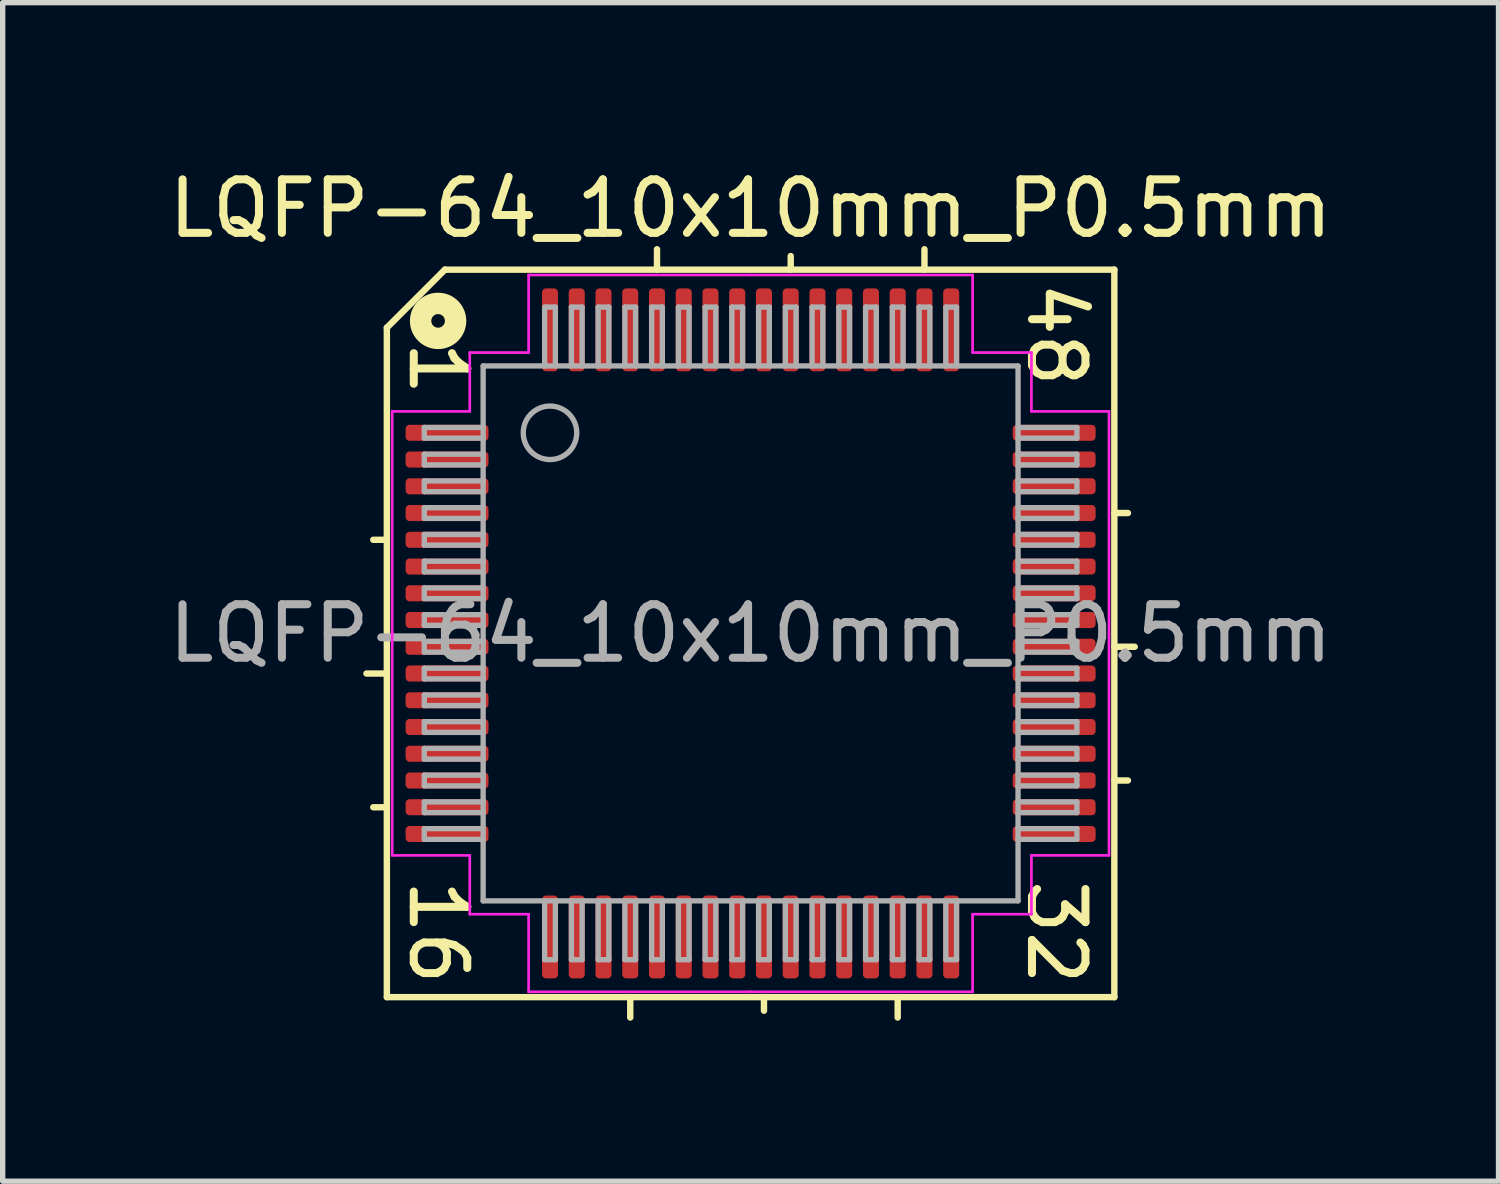
<source format=kicad_pcb>
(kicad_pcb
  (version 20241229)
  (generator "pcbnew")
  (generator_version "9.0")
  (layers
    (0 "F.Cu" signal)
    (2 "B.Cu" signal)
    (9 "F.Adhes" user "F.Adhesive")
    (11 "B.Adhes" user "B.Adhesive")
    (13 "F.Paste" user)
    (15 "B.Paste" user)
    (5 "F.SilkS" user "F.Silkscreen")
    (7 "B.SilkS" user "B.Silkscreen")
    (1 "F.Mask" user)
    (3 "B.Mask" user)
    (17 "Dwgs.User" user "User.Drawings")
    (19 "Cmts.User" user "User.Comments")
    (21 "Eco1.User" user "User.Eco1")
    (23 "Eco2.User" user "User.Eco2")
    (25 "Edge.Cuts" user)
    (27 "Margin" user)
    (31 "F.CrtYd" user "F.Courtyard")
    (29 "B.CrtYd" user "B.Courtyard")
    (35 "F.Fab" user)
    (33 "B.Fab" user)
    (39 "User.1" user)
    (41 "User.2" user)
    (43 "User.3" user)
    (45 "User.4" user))
  (footprint "LQFP-64_10x10mm_P0.5mm"
    (layer "F.Cu")
    (at 10.982 8.791)
    (property "Reference" "LQFP-64_10x10mm_P0.5mm" (at 0 -7.943 0) (layer "F.SilkS") (effects (font (size 1 1) (thickness 0.15))))
    (attr smd)
    (fp_line (start -6.8 -5.715) (end -6.8 6.8) (stroke (width 0.12) (type solid)) (layer "F.SilkS"))
    (fp_line (start -6.8 -1.75) (end -7.054 -1.75) (stroke (width 0.12) (type solid)) (layer "F.SilkS"))
    (fp_line (start -6.8 0.75) (end -7.181 0.75) (stroke (width 0.12) (type solid)) (layer "F.SilkS"))
    (fp_line (start -6.8 3.25) (end -7.054 3.25) (stroke (width 0.12) (type solid)) (layer "F.SilkS"))
    (fp_line (start -6.8 6.8) (end 6.8 6.8) (stroke (width 0.12) (type solid)) (layer "F.SilkS"))
    (fp_line (start -5.715 -6.8) (end -6.8 -5.715) (stroke (width 0.12) (type solid)) (layer "F.SilkS"))
    (fp_line (start -2.25 6.8) (end -2.25 7.181) (stroke (width 0.12) (type solid)) (layer "F.SilkS"))
    (fp_line (start -1.75 -6.8) (end -1.75 -7.181) (stroke (width 0.12) (type solid)) (layer "F.SilkS"))
    (fp_line (start 0.25 6.8) (end 0.25 7.054) (stroke (width 0.12) (type solid)) (layer "F.SilkS"))
    (fp_line (start 0.75 -6.8) (end 0.75 -7.054) (stroke (width 0.12) (type solid)) (layer "F.SilkS"))
    (fp_line (start 2.75 7.181) (end 2.75 6.8) (stroke (width 0.12) (type solid)) (layer "F.SilkS"))
    (fp_line (start 3.25 -6.8) (end 3.25 -7.181) (stroke (width 0.12) (type solid)) (layer "F.SilkS"))
    (fp_line (start 6.8 -6.8) (end -5.715 -6.8) (stroke (width 0.12) (type solid)) (layer "F.SilkS"))
    (fp_line (start 6.8 -2.25) (end 7.054 -2.25) (stroke (width 0.12) (type solid)) (layer "F.SilkS"))
    (fp_line (start 6.8 0.25) (end 7.181 0.25) (stroke (width 0.12) (type solid)) (layer "F.SilkS"))
    (fp_line (start 6.8 2.75) (end 7.054 2.75) (stroke (width 0.12) (type solid)) (layer "F.SilkS"))
    (fp_line (start 6.8 6.8) (end 6.8 -6.8) (stroke (width 0.12) (type solid)) (layer "F.SilkS"))
    (fp_circle (center -5.842 -5.842) (end -5.715 -5.842) (stroke (width 0.4) (type solid)) (fill no) (layer "F.SilkS"))
    (fp_line (start -6.7 -4.15) (end -6.7 0) (stroke (width 0.05) (type solid)) (layer "F.CrtYd"))
    (fp_line (start -6.7 4.15) (end -6.7 0) (stroke (width 0.05) (type solid)) (layer "F.CrtYd"))
    (fp_line (start -5.25 -5.25) (end -5.25 -4.15) (stroke (width 0.05) (type solid)) (layer "F.CrtYd"))
    (fp_line (start -5.25 -4.15) (end -6.7 -4.15) (stroke (width 0.05) (type solid)) (layer "F.CrtYd"))
    (fp_line (start -5.25 4.15) (end -6.7 4.15) (stroke (width 0.05) (type solid)) (layer "F.CrtYd"))
    (fp_line (start -5.25 5.25) (end -5.25 4.15) (stroke (width 0.05) (type solid)) (layer "F.CrtYd"))
    (fp_line (start -4.15 -6.7) (end -4.15 -5.25) (stroke (width 0.05) (type solid)) (layer "F.CrtYd"))
    (fp_line (start -4.15 -5.25) (end -5.25 -5.25) (stroke (width 0.05) (type solid)) (layer "F.CrtYd"))
    (fp_line (start -4.15 5.25) (end -5.25 5.25) (stroke (width 0.05) (type solid)) (layer "F.CrtYd"))
    (fp_line (start -4.15 6.7) (end -4.15 5.25) (stroke (width 0.05) (type solid)) (layer "F.CrtYd"))
    (fp_line (start 0 -6.7) (end -4.15 -6.7) (stroke (width 0.05) (type solid)) (layer "F.CrtYd"))
    (fp_line (start 0 -6.7) (end 4.15 -6.7) (stroke (width 0.05) (type solid)) (layer "F.CrtYd"))
    (fp_line (start 0 6.7) (end -4.15 6.7) (stroke (width 0.05) (type solid)) (layer "F.CrtYd"))
    (fp_line (start 0 6.7) (end 4.15 6.7) (stroke (width 0.05) (type solid)) (layer "F.CrtYd"))
    (fp_line (start 4.15 -6.7) (end 4.15 -5.25) (stroke (width 0.05) (type solid)) (layer "F.CrtYd"))
    (fp_line (start 4.15 -5.25) (end 5.25 -5.25) (stroke (width 0.05) (type solid)) (layer "F.CrtYd"))
    (fp_line (start 4.15 5.25) (end 5.25 5.25) (stroke (width 0.05) (type solid)) (layer "F.CrtYd"))
    (fp_line (start 4.15 6.7) (end 4.15 5.25) (stroke (width 0.05) (type solid)) (layer "F.CrtYd"))
    (fp_line (start 5.25 -5.25) (end 5.25 -4.15) (stroke (width 0.05) (type solid)) (layer "F.CrtYd"))
    (fp_line (start 5.25 -4.15) (end 6.7 -4.15) (stroke (width 0.05) (type solid)) (layer "F.CrtYd"))
    (fp_line (start 5.25 4.15) (end 6.7 4.15) (stroke (width 0.05) (type solid)) (layer "F.CrtYd"))
    (fp_line (start 5.25 5.25) (end 5.25 4.15) (stroke (width 0.05) (type solid)) (layer "F.CrtYd"))
    (fp_line (start 6.7 -4.15) (end 6.7 0) (stroke (width 0.05) (type solid)) (layer "F.CrtYd"))
    (fp_line (start 6.7 4.15) (end 6.7 0) (stroke (width 0.05) (type solid)) (layer "F.CrtYd"))
    (fp_line (start -6.1 -3.85) (end -6.1 -3.65) (stroke (width 0.1) (type solid)) (layer "F.Fab"))
    (fp_line (start -6.1 -3.85) (end -5 -3.85) (stroke (width 0.1) (type solid)) (layer "F.Fab"))
    (fp_line (start -6.1 -3.65) (end -5 -3.65) (stroke (width 0.1) (type solid)) (layer "F.Fab"))
    (fp_line (start -6.1 -3.35) (end -6.1 -3.15) (stroke (width 0.1) (type solid)) (layer "F.Fab"))
    (fp_line (start -6.1 -3.35) (end -5 -3.35) (stroke (width 0.1) (type solid)) (layer "F.Fab"))
    (fp_line (start -6.1 -3.15) (end -5 -3.15) (stroke (width 0.1) (type solid)) (layer "F.Fab"))
    (fp_line (start -6.1 -2.85) (end -6.1 -2.65) (stroke (width 0.1) (type solid)) (layer "F.Fab"))
    (fp_line (start -6.1 -2.85) (end -5 -2.85) (stroke (width 0.1) (type solid)) (layer "F.Fab"))
    (fp_line (start -6.1 -2.65) (end -5 -2.65) (stroke (width 0.1) (type solid)) (layer "F.Fab"))
    (fp_line (start -6.1 -2.35) (end -6.1 -2.15) (stroke (width 0.1) (type solid)) (layer "F.Fab"))
    (fp_line (start -6.1 -2.35) (end -5 -2.35) (stroke (width 0.1) (type solid)) (layer "F.Fab"))
    (fp_line (start -6.1 -2.15) (end -5 -2.15) (stroke (width 0.1) (type solid)) (layer "F.Fab"))
    (fp_line (start -6.1 -1.85) (end -6.1 -1.65) (stroke (width 0.1) (type solid)) (layer "F.Fab"))
    (fp_line (start -6.1 -1.85) (end -5 -1.85) (stroke (width 0.1) (type solid)) (layer "F.Fab"))
    (fp_line (start -6.1 -1.65) (end -5 -1.65) (stroke (width 0.1) (type solid)) (layer "F.Fab"))
    (fp_line (start -6.1 -1.35) (end -6.1 -1.15) (stroke (width 0.1) (type solid)) (layer "F.Fab"))
    (fp_line (start -6.1 -1.35) (end -5 -1.35) (stroke (width 0.1) (type solid)) (layer "F.Fab"))
    (fp_line (start -6.1 -1.15) (end -5 -1.15) (stroke (width 0.1) (type solid)) (layer "F.Fab"))
    (fp_line (start -6.1 -0.85) (end -6.1 -0.65) (stroke (width 0.1) (type solid)) (layer "F.Fab"))
    (fp_line (start -6.1 -0.85) (end -5 -0.85) (stroke (width 0.1) (type solid)) (layer "F.Fab"))
    (fp_line (start -6.1 -0.65) (end -5 -0.65) (stroke (width 0.1) (type solid)) (layer "F.Fab"))
    (fp_line (start -6.1 -0.35) (end -6.1 -0.15) (stroke (width 0.1) (type solid)) (layer "F.Fab"))
    (fp_line (start -6.1 -0.35) (end -5 -0.35) (stroke (width 0.1) (type solid)) (layer "F.Fab"))
    (fp_line (start -6.1 -0.15) (end -5 -0.15) (stroke (width 0.1) (type solid)) (layer "F.Fab"))
    (fp_line (start -6.1 0.15) (end -6.1 0.35) (stroke (width 0.1) (type solid)) (layer "F.Fab"))
    (fp_line (start -6.1 0.15) (end -5 0.15) (stroke (width 0.1) (type solid)) (layer "F.Fab"))
    (fp_line (start -6.1 0.35) (end -5 0.35) (stroke (width 0.1) (type solid)) (layer "F.Fab"))
    (fp_line (start -6.1 0.65) (end -6.1 0.85) (stroke (width 0.1) (type solid)) (layer "F.Fab"))
    (fp_line (start -6.1 0.65) (end -5 0.65) (stroke (width 0.1) (type solid)) (layer "F.Fab"))
    (fp_line (start -6.1 0.85) (end -5 0.85) (stroke (width 0.1) (type solid)) (layer "F.Fab"))
    (fp_line (start -6.1 1.15) (end -6.1 1.35) (stroke (width 0.1) (type solid)) (layer "F.Fab"))
    (fp_line (start -6.1 1.15) (end -5 1.15) (stroke (width 0.1) (type solid)) (layer "F.Fab"))
    (fp_line (start -6.1 1.35) (end -5 1.35) (stroke (width 0.1) (type solid)) (layer "F.Fab"))
    (fp_line (start -6.1 1.65) (end -6.1 1.85) (stroke (width 0.1) (type solid)) (layer "F.Fab"))
    (fp_line (start -6.1 1.65) (end -5 1.65) (stroke (width 0.1) (type solid)) (layer "F.Fab"))
    (fp_line (start -6.1 1.85) (end -5 1.85) (stroke (width 0.1) (type solid)) (layer "F.Fab"))
    (fp_line (start -6.1 2.15) (end -6.1 2.35) (stroke (width 0.1) (type solid)) (layer "F.Fab"))
    (fp_line (start -6.1 2.15) (end -5 2.15) (stroke (width 0.1) (type solid)) (layer "F.Fab"))
    (fp_line (start -6.1 2.35) (end -5 2.35) (stroke (width 0.1) (type solid)) (layer "F.Fab"))
    (fp_line (start -6.1 2.65) (end -6.1 2.85) (stroke (width 0.1) (type solid)) (layer "F.Fab"))
    (fp_line (start -6.1 2.65) (end -5 2.65) (stroke (width 0.1) (type solid)) (layer "F.Fab"))
    (fp_line (start -6.1 2.85) (end -5 2.85) (stroke (width 0.1) (type solid)) (layer "F.Fab"))
    (fp_line (start -6.1 3.15) (end -6.1 3.35) (stroke (width 0.1) (type solid)) (layer "F.Fab"))
    (fp_line (start -6.1 3.15) (end -5 3.15) (stroke (width 0.1) (type solid)) (layer "F.Fab"))
    (fp_line (start -6.1 3.35) (end -5 3.35) (stroke (width 0.1) (type solid)) (layer "F.Fab"))
    (fp_line (start -6.1 3.65) (end -6.1 3.85) (stroke (width 0.1) (type solid)) (layer "F.Fab"))
    (fp_line (start -6.1 3.65) (end -5 3.65) (stroke (width 0.1) (type solid)) (layer "F.Fab"))
    (fp_line (start -6.1 3.85) (end -5 3.85) (stroke (width 0.1) (type solid)) (layer "F.Fab"))
    (fp_line (start -5 -5) (end 5 -5) (stroke (width 0.1) (type solid)) (layer "F.Fab"))
    (fp_line (start -5 5) (end -5 -5) (stroke (width 0.1) (type solid)) (layer "F.Fab"))
    (fp_line (start -3.85 -6.1) (end -3.85 -5) (stroke (width 0.1) (type solid)) (layer "F.Fab"))
    (fp_line (start -3.85 6.1) (end -3.85 5) (stroke (width 0.1) (type solid)) (layer "F.Fab"))
    (fp_line (start -3.85 6.1) (end -3.65 6.1) (stroke (width 0.1) (type solid)) (layer "F.Fab"))
    (fp_line (start -3.65 -6.1) (end -3.85 -6.1) (stroke (width 0.1) (type solid)) (layer "F.Fab"))
    (fp_line (start -3.65 -6.1) (end -3.65 -5) (stroke (width 0.1) (type solid)) (layer "F.Fab"))
    (fp_line (start -3.65 6.1) (end -3.65 5) (stroke (width 0.1) (type solid)) (layer "F.Fab"))
    (fp_line (start -3.35 -6.1) (end -3.35 -5) (stroke (width 0.1) (type solid)) (layer "F.Fab"))
    (fp_line (start -3.35 6.1) (end -3.35 5) (stroke (width 0.1) (type solid)) (layer "F.Fab"))
    (fp_line (start -3.35 6.1) (end -3.15 6.1) (stroke (width 0.1) (type solid)) (layer "F.Fab"))
    (fp_line (start -3.15 -6.1) (end -3.35 -6.1) (stroke (width 0.1) (type solid)) (layer "F.Fab"))
    (fp_line (start -3.15 -6.1) (end -3.15 -5) (stroke (width 0.1) (type solid)) (layer "F.Fab"))
    (fp_line (start -3.15 6.1) (end -3.15 5) (stroke (width 0.1) (type solid)) (layer "F.Fab"))
    (fp_line (start -2.85 -6.1) (end -2.85 -5) (stroke (width 0.1) (type solid)) (layer "F.Fab"))
    (fp_line (start -2.85 6.1) (end -2.85 5) (stroke (width 0.1) (type solid)) (layer "F.Fab"))
    (fp_line (start -2.85 6.1) (end -2.65 6.1) (stroke (width 0.1) (type solid)) (layer "F.Fab"))
    (fp_line (start -2.65 -6.1) (end -2.85 -6.1) (stroke (width 0.1) (type solid)) (layer "F.Fab"))
    (fp_line (start -2.65 -6.1) (end -2.65 -5) (stroke (width 0.1) (type solid)) (layer "F.Fab"))
    (fp_line (start -2.65 6.1) (end -2.65 5) (stroke (width 0.1) (type solid)) (layer "F.Fab"))
    (fp_line (start -2.35 -6.1) (end -2.35 -5) (stroke (width 0.1) (type solid)) (layer "F.Fab"))
    (fp_line (start -2.35 6.1) (end -2.35 5) (stroke (width 0.1) (type solid)) (layer "F.Fab"))
    (fp_line (start -2.35 6.1) (end -2.15 6.1) (stroke (width 0.1) (type solid)) (layer "F.Fab"))
    (fp_line (start -2.15 -6.1) (end -2.35 -6.1) (stroke (width 0.1) (type solid)) (layer "F.Fab"))
    (fp_line (start -2.15 -6.1) (end -2.15 -5) (stroke (width 0.1) (type solid)) (layer "F.Fab"))
    (fp_line (start -2.15 6.1) (end -2.15 5) (stroke (width 0.1) (type solid)) (layer "F.Fab"))
    (fp_line (start -1.85 -6.1) (end -1.85 -5) (stroke (width 0.1) (type solid)) (layer "F.Fab"))
    (fp_line (start -1.85 6.1) (end -1.85 5) (stroke (width 0.1) (type solid)) (layer "F.Fab"))
    (fp_line (start -1.85 6.1) (end -1.65 6.1) (stroke (width 0.1) (type solid)) (layer "F.Fab"))
    (fp_line (start -1.65 -6.1) (end -1.85 -6.1) (stroke (width 0.1) (type solid)) (layer "F.Fab"))
    (fp_line (start -1.65 -6.1) (end -1.65 -5) (stroke (width 0.1) (type solid)) (layer "F.Fab"))
    (fp_line (start -1.65 6.1) (end -1.65 5) (stroke (width 0.1) (type solid)) (layer "F.Fab"))
    (fp_line (start -1.35 -6.1) (end -1.35 -5) (stroke (width 0.1) (type solid)) (layer "F.Fab"))
    (fp_line (start -1.35 6.1) (end -1.35 5) (stroke (width 0.1) (type solid)) (layer "F.Fab"))
    (fp_line (start -1.35 6.1) (end -1.15 6.1) (stroke (width 0.1) (type solid)) (layer "F.Fab"))
    (fp_line (start -1.15 -6.1) (end -1.35 -6.1) (stroke (width 0.1) (type solid)) (layer "F.Fab"))
    (fp_line (start -1.15 -6.1) (end -1.15 -5) (stroke (width 0.1) (type solid)) (layer "F.Fab"))
    (fp_line (start -1.15 6.1) (end -1.15 5) (stroke (width 0.1) (type solid)) (layer "F.Fab"))
    (fp_line (start -0.85 -6.1) (end -0.85 -5) (stroke (width 0.1) (type solid)) (layer "F.Fab"))
    (fp_line (start -0.85 6.1) (end -0.85 5) (stroke (width 0.1) (type solid)) (layer "F.Fab"))
    (fp_line (start -0.85 6.1) (end -0.65 6.1) (stroke (width 0.1) (type solid)) (layer "F.Fab"))
    (fp_line (start -0.65 -6.1) (end -0.85 -6.1) (stroke (width 0.1) (type solid)) (layer "F.Fab"))
    (fp_line (start -0.65 -6.1) (end -0.65 -5) (stroke (width 0.1) (type solid)) (layer "F.Fab"))
    (fp_line (start -0.65 6.1) (end -0.65 5) (stroke (width 0.1) (type solid)) (layer "F.Fab"))
    (fp_line (start -0.35 -6.1) (end -0.35 -5) (stroke (width 0.1) (type solid)) (layer "F.Fab"))
    (fp_line (start -0.35 6.1) (end -0.35 5) (stroke (width 0.1) (type solid)) (layer "F.Fab"))
    (fp_line (start -0.35 6.1) (end -0.15 6.1) (stroke (width 0.1) (type solid)) (layer "F.Fab"))
    (fp_line (start -0.15 -6.1) (end -0.35 -6.1) (stroke (width 0.1) (type solid)) (layer "F.Fab"))
    (fp_line (start -0.15 -6.1) (end -0.15 -5) (stroke (width 0.1) (type solid)) (layer "F.Fab"))
    (fp_line (start -0.15 6.1) (end -0.15 5) (stroke (width 0.1) (type solid)) (layer "F.Fab"))
    (fp_line (start 0.15 -6.1) (end 0.15 -5) (stroke (width 0.1) (type solid)) (layer "F.Fab"))
    (fp_line (start 0.15 6.1) (end 0.15 5) (stroke (width 0.1) (type solid)) (layer "F.Fab"))
    (fp_line (start 0.15 6.1) (end 0.35 6.1) (stroke (width 0.1) (type solid)) (layer "F.Fab"))
    (fp_line (start 0.35 -6.1) (end 0.15 -6.1) (stroke (width 0.1) (type solid)) (layer "F.Fab"))
    (fp_line (start 0.35 -6.1) (end 0.35 -5) (stroke (width 0.1) (type solid)) (layer "F.Fab"))
    (fp_line (start 0.35 6.1) (end 0.35 5) (stroke (width 0.1) (type solid)) (layer "F.Fab"))
    (fp_line (start 0.65 -6.1) (end 0.65 -5) (stroke (width 0.1) (type solid)) (layer "F.Fab"))
    (fp_line (start 0.65 6.1) (end 0.65 5) (stroke (width 0.1) (type solid)) (layer "F.Fab"))
    (fp_line (start 0.65 6.1) (end 0.85 6.1) (stroke (width 0.1) (type solid)) (layer "F.Fab"))
    (fp_line (start 0.85 -6.1) (end 0.65 -6.1) (stroke (width 0.1) (type solid)) (layer "F.Fab"))
    (fp_line (start 0.85 -6.1) (end 0.85 -5) (stroke (width 0.1) (type solid)) (layer "F.Fab"))
    (fp_line (start 0.85 6.1) (end 0.85 5) (stroke (width 0.1) (type solid)) (layer "F.Fab"))
    (fp_line (start 1.15 -6.1) (end 1.15 -5) (stroke (width 0.1) (type solid)) (layer "F.Fab"))
    (fp_line (start 1.15 6.1) (end 1.15 5) (stroke (width 0.1) (type solid)) (layer "F.Fab"))
    (fp_line (start 1.15 6.1) (end 1.35 6.1) (stroke (width 0.1) (type solid)) (layer "F.Fab"))
    (fp_line (start 1.35 -6.1) (end 1.15 -6.1) (stroke (width 0.1) (type solid)) (layer "F.Fab"))
    (fp_line (start 1.35 -6.1) (end 1.35 -5) (stroke (width 0.1) (type solid)) (layer "F.Fab"))
    (fp_line (start 1.35 6.1) (end 1.35 5) (stroke (width 0.1) (type solid)) (layer "F.Fab"))
    (fp_line (start 1.65 -6.1) (end 1.65 -5) (stroke (width 0.1) (type solid)) (layer "F.Fab"))
    (fp_line (start 1.65 6.1) (end 1.65 5) (stroke (width 0.1) (type solid)) (layer "F.Fab"))
    (fp_line (start 1.65 6.1) (end 1.85 6.1) (stroke (width 0.1) (type solid)) (layer "F.Fab"))
    (fp_line (start 1.85 -6.1) (end 1.65 -6.1) (stroke (width 0.1) (type solid)) (layer "F.Fab"))
    (fp_line (start 1.85 -6.1) (end 1.85 -5) (stroke (width 0.1) (type solid)) (layer "F.Fab"))
    (fp_line (start 1.85 6.1) (end 1.85 5) (stroke (width 0.1) (type solid)) (layer "F.Fab"))
    (fp_line (start 2.15 -6.1) (end 2.15 -5) (stroke (width 0.1) (type solid)) (layer "F.Fab"))
    (fp_line (start 2.15 6.1) (end 2.15 5) (stroke (width 0.1) (type solid)) (layer "F.Fab"))
    (fp_line (start 2.15 6.1) (end 2.35 6.1) (stroke (width 0.1) (type solid)) (layer "F.Fab"))
    (fp_line (start 2.35 -6.1) (end 2.15 -6.1) (stroke (width 0.1) (type solid)) (layer "F.Fab"))
    (fp_line (start 2.35 -6.1) (end 2.35 -5) (stroke (width 0.1) (type solid)) (layer "F.Fab"))
    (fp_line (start 2.35 6.1) (end 2.35 5) (stroke (width 0.1) (type solid)) (layer "F.Fab"))
    (fp_line (start 2.65 -6.1) (end 2.65 -5) (stroke (width 0.1) (type solid)) (layer "F.Fab"))
    (fp_line (start 2.65 6.1) (end 2.65 5) (stroke (width 0.1) (type solid)) (layer "F.Fab"))
    (fp_line (start 2.65 6.1) (end 2.85 6.1) (stroke (width 0.1) (type solid)) (layer "F.Fab"))
    (fp_line (start 2.85 -6.1) (end 2.65 -6.1) (stroke (width 0.1) (type solid)) (layer "F.Fab"))
    (fp_line (start 2.85 -6.1) (end 2.85 -5) (stroke (width 0.1) (type solid)) (layer "F.Fab"))
    (fp_line (start 2.85 6.1) (end 2.85 5) (stroke (width 0.1) (type solid)) (layer "F.Fab"))
    (fp_line (start 3.15 -6.1) (end 3.15 -5) (stroke (width 0.1) (type solid)) (layer "F.Fab"))
    (fp_line (start 3.15 6.1) (end 3.15 5) (stroke (width 0.1) (type solid)) (layer "F.Fab"))
    (fp_line (start 3.15 6.1) (end 3.35 6.1) (stroke (width 0.1) (type solid)) (layer "F.Fab"))
    (fp_line (start 3.35 -6.1) (end 3.15 -6.1) (stroke (width 0.1) (type solid)) (layer "F.Fab"))
    (fp_line (start 3.35 -6.1) (end 3.35 -5) (stroke (width 0.1) (type solid)) (layer "F.Fab"))
    (fp_line (start 3.35 6.1) (end 3.35 5) (stroke (width 0.1) (type solid)) (layer "F.Fab"))
    (fp_line (start 3.65 -6.1) (end 3.65 -5) (stroke (width 0.1) (type solid)) (layer "F.Fab"))
    (fp_line (start 3.65 6.1) (end 3.65 5) (stroke (width 0.1) (type solid)) (layer "F.Fab"))
    (fp_line (start 3.65 6.1) (end 3.85 6.1) (stroke (width 0.1) (type solid)) (layer "F.Fab"))
    (fp_line (start 3.85 -6.1) (end 3.65 -6.1) (stroke (width 0.1) (type solid)) (layer "F.Fab"))
    (fp_line (start 3.85 -6.1) (end 3.85 -5) (stroke (width 0.1) (type solid)) (layer "F.Fab"))
    (fp_line (start 3.85 6.1) (end 3.85 5) (stroke (width 0.1) (type solid)) (layer "F.Fab"))
    (fp_line (start 5 -5) (end 5 5) (stroke (width 0.1) (type solid)) (layer "F.Fab"))
    (fp_line (start 5 5) (end -5 5) (stroke (width 0.1) (type solid)) (layer "F.Fab"))
    (fp_line (start 6.1 -3.85) (end 5 -3.85) (stroke (width 0.1) (type solid)) (layer "F.Fab"))
    (fp_line (start 6.1 -3.65) (end 5 -3.65) (stroke (width 0.1) (type solid)) (layer "F.Fab"))
    (fp_line (start 6.1 -3.65) (end 6.1 -3.85) (stroke (width 0.1) (type solid)) (layer "F.Fab"))
    (fp_line (start 6.1 -3.35) (end 5 -3.35) (stroke (width 0.1) (type solid)) (layer "F.Fab"))
    (fp_line (start 6.1 -3.15) (end 5 -3.15) (stroke (width 0.1) (type solid)) (layer "F.Fab"))
    (fp_line (start 6.1 -3.15) (end 6.1 -3.35) (stroke (width 0.1) (type solid)) (layer "F.Fab"))
    (fp_line (start 6.1 -2.85) (end 5 -2.85) (stroke (width 0.1) (type solid)) (layer "F.Fab"))
    (fp_line (start 6.1 -2.65) (end 5 -2.65) (stroke (width 0.1) (type solid)) (layer "F.Fab"))
    (fp_line (start 6.1 -2.65) (end 6.1 -2.85) (stroke (width 0.1) (type solid)) (layer "F.Fab"))
    (fp_line (start 6.1 -2.35) (end 5 -2.35) (stroke (width 0.1) (type solid)) (layer "F.Fab"))
    (fp_line (start 6.1 -2.15) (end 5 -2.15) (stroke (width 0.1) (type solid)) (layer "F.Fab"))
    (fp_line (start 6.1 -2.15) (end 6.1 -2.35) (stroke (width 0.1) (type solid)) (layer "F.Fab"))
    (fp_line (start 6.1 -1.85) (end 5 -1.85) (stroke (width 0.1) (type solid)) (layer "F.Fab"))
    (fp_line (start 6.1 -1.65) (end 5 -1.65) (stroke (width 0.1) (type solid)) (layer "F.Fab"))
    (fp_line (start 6.1 -1.65) (end 6.1 -1.85) (stroke (width 0.1) (type solid)) (layer "F.Fab"))
    (fp_line (start 6.1 -1.35) (end 5 -1.35) (stroke (width 0.1) (type solid)) (layer "F.Fab"))
    (fp_line (start 6.1 -1.15) (end 5 -1.15) (stroke (width 0.1) (type solid)) (layer "F.Fab"))
    (fp_line (start 6.1 -1.15) (end 6.1 -1.35) (stroke (width 0.1) (type solid)) (layer "F.Fab"))
    (fp_line (start 6.1 -0.85) (end 5 -0.85) (stroke (width 0.1) (type solid)) (layer "F.Fab"))
    (fp_line (start 6.1 -0.65) (end 5 -0.65) (stroke (width 0.1) (type solid)) (layer "F.Fab"))
    (fp_line (start 6.1 -0.65) (end 6.1 -0.85) (stroke (width 0.1) (type solid)) (layer "F.Fab"))
    (fp_line (start 6.1 -0.35) (end 5 -0.35) (stroke (width 0.1) (type solid)) (layer "F.Fab"))
    (fp_line (start 6.1 -0.15) (end 5 -0.15) (stroke (width 0.1) (type solid)) (layer "F.Fab"))
    (fp_line (start 6.1 -0.15) (end 6.1 -0.35) (stroke (width 0.1) (type solid)) (layer "F.Fab"))
    (fp_line (start 6.1 0.15) (end 5 0.15) (stroke (width 0.1) (type solid)) (layer "F.Fab"))
    (fp_line (start 6.1 0.35) (end 5 0.35) (stroke (width 0.1) (type solid)) (layer "F.Fab"))
    (fp_line (start 6.1 0.35) (end 6.1 0.15) (stroke (width 0.1) (type solid)) (layer "F.Fab"))
    (fp_line (start 6.1 0.65) (end 5 0.65) (stroke (width 0.1) (type solid)) (layer "F.Fab"))
    (fp_line (start 6.1 0.85) (end 5 0.85) (stroke (width 0.1) (type solid)) (layer "F.Fab"))
    (fp_line (start 6.1 0.85) (end 6.1 0.65) (stroke (width 0.1) (type solid)) (layer "F.Fab"))
    (fp_line (start 6.1 1.15) (end 5 1.15) (stroke (width 0.1) (type solid)) (layer "F.Fab"))
    (fp_line (start 6.1 1.35) (end 5 1.35) (stroke (width 0.1) (type solid)) (layer "F.Fab"))
    (fp_line (start 6.1 1.35) (end 6.1 1.15) (stroke (width 0.1) (type solid)) (layer "F.Fab"))
    (fp_line (start 6.1 1.65) (end 5 1.65) (stroke (width 0.1) (type solid)) (layer "F.Fab"))
    (fp_line (start 6.1 1.85) (end 5 1.85) (stroke (width 0.1) (type solid)) (layer "F.Fab"))
    (fp_line (start 6.1 1.85) (end 6.1 1.65) (stroke (width 0.1) (type solid)) (layer "F.Fab"))
    (fp_line (start 6.1 2.15) (end 5 2.15) (stroke (width 0.1) (type solid)) (layer "F.Fab"))
    (fp_line (start 6.1 2.35) (end 5 2.35) (stroke (width 0.1) (type solid)) (layer "F.Fab"))
    (fp_line (start 6.1 2.35) (end 6.1 2.15) (stroke (width 0.1) (type solid)) (layer "F.Fab"))
    (fp_line (start 6.1 2.65) (end 5 2.65) (stroke (width 0.1) (type solid)) (layer "F.Fab"))
    (fp_line (start 6.1 2.85) (end 5 2.85) (stroke (width 0.1) (type solid)) (layer "F.Fab"))
    (fp_line (start 6.1 2.85) (end 6.1 2.65) (stroke (width 0.1) (type solid)) (layer "F.Fab"))
    (fp_line (start 6.1 3.15) (end 5 3.15) (stroke (width 0.1) (type solid)) (layer "F.Fab"))
    (fp_line (start 6.1 3.35) (end 5 3.35) (stroke (width 0.1) (type solid)) (layer "F.Fab"))
    (fp_line (start 6.1 3.35) (end 6.1 3.15) (stroke (width 0.1) (type solid)) (layer "F.Fab"))
    (fp_line (start 6.1 3.65) (end 5 3.65) (stroke (width 0.1) (type solid)) (layer "F.Fab"))
    (fp_line (start 6.1 3.85) (end 5 3.85) (stroke (width 0.1) (type solid)) (layer "F.Fab"))
    (fp_line (start 6.1 3.85) (end 6.1 3.65) (stroke (width 0.1) (type solid)) (layer "F.Fab"))
    (fp_circle (center -3.75 -3.75) (end -3.25 -3.75) (stroke (width 0.1) (type solid)) (fill no) (layer "F.Fab"))
    (fp_text user "1" (at -5.842 -4.953 270) (unlocked yes) (layer "F.SilkS") (effects (font (size 1 1) (thickness 0.15))))
    (fp_text user "32" (at 5.715 5.588 270) (unlocked yes) (layer "F.SilkS") (effects (font (size 1 1) (thickness 0.15))))
    (fp_text user "16" (at -5.842 5.588 270) (unlocked yes) (layer "F.SilkS") (effects (font (size 1 1) (thickness 0.15))))
    (fp_text user "48" (at 5.715 -5.588 270) (unlocked yes) (layer "F.SilkS") (effects (font (size 1 1) (thickness 0.15))))
    (fp_text user "${REFERENCE}" (at 0 0 0) (layer "F.Fab") (effects (font (size 1 1) (thickness 0.15))))
    (pad "1" smd roundrect (at -5.675 -3.75) (size 1.55 0.3) (layers "F.Cu" "F.Mask" "F.Paste") (roundrect_rratio 0.25))
    (pad "2" smd roundrect (at -5.675 -3.25) (size 1.55 0.3) (layers "F.Cu" "F.Mask" "F.Paste") (roundrect_rratio 0.25))
    (pad "3" smd roundrect (at -5.675 -2.75) (size 1.55 0.3) (layers "F.Cu" "F.Mask" "F.Paste") (roundrect_rratio 0.25))
    (pad "4" smd roundrect (at -5.675 -2.25) (size 1.55 0.3) (layers "F.Cu" "F.Mask" "F.Paste") (roundrect_rratio 0.25))
    (pad "5" smd roundrect (at -5.675 -1.75) (size 1.55 0.3) (layers "F.Cu" "F.Mask" "F.Paste") (roundrect_rratio 0.25))
    (pad "6" smd roundrect (at -5.675 -1.25) (size 1.55 0.3) (layers "F.Cu" "F.Mask" "F.Paste") (roundrect_rratio 0.25))
    (pad "7" smd roundrect (at -5.675 -0.75) (size 1.55 0.3) (layers "F.Cu" "F.Mask" "F.Paste") (roundrect_rratio 0.25))
    (pad "8" smd roundrect (at -5.675 -0.25) (size 1.55 0.3) (layers "F.Cu" "F.Mask" "F.Paste") (roundrect_rratio 0.25))
    (pad "9" smd roundrect (at -5.675 0.25) (size 1.55 0.3) (layers "F.Cu" "F.Mask" "F.Paste") (roundrect_rratio 0.25))
    (pad "10" smd roundrect (at -5.675 0.75) (size 1.55 0.3) (layers "F.Cu" "F.Mask" "F.Paste") (roundrect_rratio 0.25))
    (pad "11" smd roundrect (at -5.675 1.25) (size 1.55 0.3) (layers "F.Cu" "F.Mask" "F.Paste") (roundrect_rratio 0.25))
    (pad "12" smd roundrect (at -5.675 1.75) (size 1.55 0.3) (layers "F.Cu" "F.Mask" "F.Paste") (roundrect_rratio 0.25))
    (pad "13" smd roundrect (at -5.675 2.25) (size 1.55 0.3) (layers "F.Cu" "F.Mask" "F.Paste") (roundrect_rratio 0.25))
    (pad "14" smd roundrect (at -5.675 2.75) (size 1.55 0.3) (layers "F.Cu" "F.Mask" "F.Paste") (roundrect_rratio 0.25))
    (pad "15" smd roundrect (at -5.675 3.25) (size 1.55 0.3) (layers "F.Cu" "F.Mask" "F.Paste") (roundrect_rratio 0.25))
    (pad "16" smd roundrect (at -5.675 3.75) (size 1.55 0.3) (layers "F.Cu" "F.Mask" "F.Paste") (roundrect_rratio 0.25))
    (pad "17" smd roundrect (at -3.75 5.675) (size 0.3 1.55) (layers "F.Cu" "F.Mask" "F.Paste") (roundrect_rratio 0.25))
    (pad "18" smd roundrect (at -3.25 5.675) (size 0.3 1.55) (layers "F.Cu" "F.Mask" "F.Paste") (roundrect_rratio 0.25))
    (pad "19" smd roundrect (at -2.75 5.675) (size 0.3 1.55) (layers "F.Cu" "F.Mask" "F.Paste") (roundrect_rratio 0.25))
    (pad "20" smd roundrect (at -2.25 5.675) (size 0.3 1.55) (layers "F.Cu" "F.Mask" "F.Paste") (roundrect_rratio 0.25))
    (pad "21" smd roundrect (at -1.75 5.675) (size 0.3 1.55) (layers "F.Cu" "F.Mask" "F.Paste") (roundrect_rratio 0.25))
    (pad "22" smd roundrect (at -1.25 5.675) (size 0.3 1.55) (layers "F.Cu" "F.Mask" "F.Paste") (roundrect_rratio 0.25))
    (pad "23" smd roundrect (at -0.75 5.675) (size 0.3 1.55) (layers "F.Cu" "F.Mask" "F.Paste") (roundrect_rratio 0.25))
    (pad "24" smd roundrect (at -0.25 5.675) (size 0.3 1.55) (layers "F.Cu" "F.Mask" "F.Paste") (roundrect_rratio 0.25))
    (pad "25" smd roundrect (at 0.25 5.675) (size 0.3 1.55) (layers "F.Cu" "F.Mask" "F.Paste") (roundrect_rratio 0.25))
    (pad "26" smd roundrect (at 0.75 5.675) (size 0.3 1.55) (layers "F.Cu" "F.Mask" "F.Paste") (roundrect_rratio 0.25))
    (pad "27" smd roundrect (at 1.25 5.675) (size 0.3 1.55) (layers "F.Cu" "F.Mask" "F.Paste") (roundrect_rratio 0.25))
    (pad "28" smd roundrect (at 1.75 5.675) (size 0.3 1.55) (layers "F.Cu" "F.Mask" "F.Paste") (roundrect_rratio 0.25))
    (pad "29" smd roundrect (at 2.25 5.675) (size 0.3 1.55) (layers "F.Cu" "F.Mask" "F.Paste") (roundrect_rratio 0.25))
    (pad "30" smd roundrect (at 2.75 5.675) (size 0.3 1.55) (layers "F.Cu" "F.Mask" "F.Paste") (roundrect_rratio 0.25))
    (pad "31" smd roundrect (at 3.25 5.675) (size 0.3 1.55) (layers "F.Cu" "F.Mask" "F.Paste") (roundrect_rratio 0.25))
    (pad "32" smd roundrect (at 3.75 5.675) (size 0.3 1.55) (layers "F.Cu" "F.Mask" "F.Paste") (roundrect_rratio 0.25))
    (pad "33" smd roundrect (at 5.675 3.75) (size 1.55 0.3) (layers "F.Cu" "F.Mask" "F.Paste") (roundrect_rratio 0.25))
    (pad "34" smd roundrect (at 5.675 3.25) (size 1.55 0.3) (layers "F.Cu" "F.Mask" "F.Paste") (roundrect_rratio 0.25))
    (pad "35" smd roundrect (at 5.675 2.75) (size 1.55 0.3) (layers "F.Cu" "F.Mask" "F.Paste") (roundrect_rratio 0.25))
    (pad "36" smd roundrect (at 5.675 2.25) (size 1.55 0.3) (layers "F.Cu" "F.Mask" "F.Paste") (roundrect_rratio 0.25))
    (pad "37" smd roundrect (at 5.675 1.75) (size 1.55 0.3) (layers "F.Cu" "F.Mask" "F.Paste") (roundrect_rratio 0.25))
    (pad "38" smd roundrect (at 5.675 1.25) (size 1.55 0.3) (layers "F.Cu" "F.Mask" "F.Paste") (roundrect_rratio 0.25))
    (pad "39" smd roundrect (at 5.675 0.75) (size 1.55 0.3) (layers "F.Cu" "F.Mask" "F.Paste") (roundrect_rratio 0.25))
    (pad "40" smd roundrect (at 5.675 0.25) (size 1.55 0.3) (layers "F.Cu" "F.Mask" "F.Paste") (roundrect_rratio 0.25))
    (pad "41" smd roundrect (at 5.675 -0.25) (size 1.55 0.3) (layers "F.Cu" "F.Mask" "F.Paste") (roundrect_rratio 0.25))
    (pad "42" smd roundrect (at 5.675 -0.75) (size 1.55 0.3) (layers "F.Cu" "F.Mask" "F.Paste") (roundrect_rratio 0.25))
    (pad "43" smd roundrect (at 5.675 -1.25) (size 1.55 0.3) (layers "F.Cu" "F.Mask" "F.Paste") (roundrect_rratio 0.25))
    (pad "44" smd roundrect (at 5.675 -1.75) (size 1.55 0.3) (layers "F.Cu" "F.Mask" "F.Paste") (roundrect_rratio 0.25))
    (pad "45" smd roundrect (at 5.675 -2.25) (size 1.55 0.3) (layers "F.Cu" "F.Mask" "F.Paste") (roundrect_rratio 0.25))
    (pad "46" smd roundrect (at 5.675 -2.75) (size 1.55 0.3) (layers "F.Cu" "F.Mask" "F.Paste") (roundrect_rratio 0.25))
    (pad "47" smd roundrect (at 5.675 -3.25) (size 1.55 0.3) (layers "F.Cu" "F.Mask" "F.Paste") (roundrect_rratio 0.25))
    (pad "48" smd roundrect (at 5.675 -3.75) (size 1.55 0.3) (layers "F.Cu" "F.Mask" "F.Paste") (roundrect_rratio 0.25))
    (pad "49" smd roundrect (at 3.75 -5.675) (size 0.3 1.55) (layers "F.Cu" "F.Mask" "F.Paste") (roundrect_rratio 0.25))
    (pad "50" smd roundrect (at 3.25 -5.675) (size 0.3 1.55) (layers "F.Cu" "F.Mask" "F.Paste") (roundrect_rratio 0.25))
    (pad "51" smd roundrect (at 2.75 -5.675) (size 0.3 1.55) (layers "F.Cu" "F.Mask" "F.Paste") (roundrect_rratio 0.25))
    (pad "52" smd roundrect (at 2.25 -5.675) (size 0.3 1.55) (layers "F.Cu" "F.Mask" "F.Paste") (roundrect_rratio 0.25))
    (pad "53" smd roundrect (at 1.75 -5.675) (size 0.3 1.55) (layers "F.Cu" "F.Mask" "F.Paste") (roundrect_rratio 0.25))
    (pad "54" smd roundrect (at 1.25 -5.675) (size 0.3 1.55) (layers "F.Cu" "F.Mask" "F.Paste") (roundrect_rratio 0.25))
    (pad "55" smd roundrect (at 0.75 -5.675) (size 0.3 1.55) (layers "F.Cu" "F.Mask" "F.Paste") (roundrect_rratio 0.25))
    (pad "56" smd roundrect (at 0.25 -5.675) (size 0.3 1.55) (layers "F.Cu" "F.Mask" "F.Paste") (roundrect_rratio 0.25))
    (pad "57" smd roundrect (at -0.25 -5.675) (size 0.3 1.55) (layers "F.Cu" "F.Mask" "F.Paste") (roundrect_rratio 0.25))
    (pad "58" smd roundrect (at -0.75 -5.675) (size 0.3 1.55) (layers "F.Cu" "F.Mask" "F.Paste") (roundrect_rratio 0.25))
    (pad "59" smd roundrect (at -1.25 -5.675) (size 0.3 1.55) (layers "F.Cu" "F.Mask" "F.Paste") (roundrect_rratio 0.25))
    (pad "60" smd roundrect (at -1.75 -5.675) (size 0.3 1.55) (layers "F.Cu" "F.Mask" "F.Paste") (roundrect_rratio 0.25))
    (pad "61" smd roundrect (at -2.25 -5.675) (size 0.3 1.55) (layers "F.Cu" "F.Mask" "F.Paste") (roundrect_rratio 0.25))
    (pad "62" smd roundrect (at -2.75 -5.675) (size 0.3 1.55) (layers "F.Cu" "F.Mask" "F.Paste") (roundrect_rratio 0.25))
    (pad "63" smd roundrect (at -3.25 -5.675) (size 0.3 1.55) (layers "F.Cu" "F.Mask" "F.Paste") (roundrect_rratio 0.25))
    (pad "64" smd roundrect (at -3.75 -5.675) (size 0.3 1.55) (layers "F.Cu" "F.Mask" "F.Paste") (roundrect_rratio 0.25)))
  (gr_rect
    (start -3 -3)
    (end 24.964 19.032)
    (stroke (width 0.1) (type default))
    (fill no)
    (layer "Edge.Cuts")))
</source>
